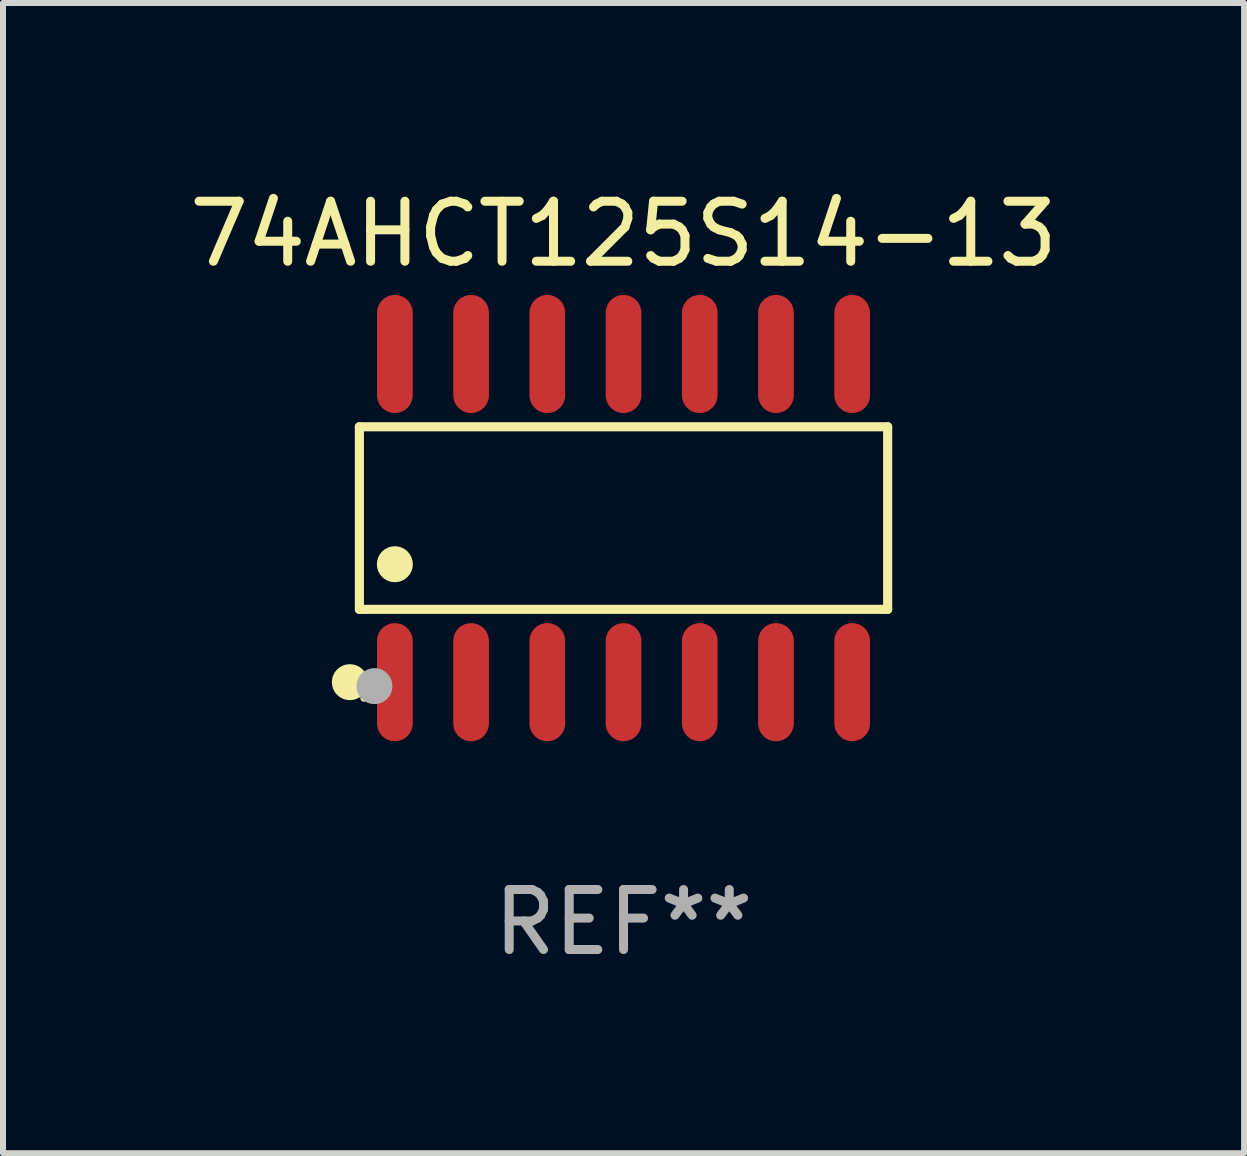
<source format=kicad_pcb>
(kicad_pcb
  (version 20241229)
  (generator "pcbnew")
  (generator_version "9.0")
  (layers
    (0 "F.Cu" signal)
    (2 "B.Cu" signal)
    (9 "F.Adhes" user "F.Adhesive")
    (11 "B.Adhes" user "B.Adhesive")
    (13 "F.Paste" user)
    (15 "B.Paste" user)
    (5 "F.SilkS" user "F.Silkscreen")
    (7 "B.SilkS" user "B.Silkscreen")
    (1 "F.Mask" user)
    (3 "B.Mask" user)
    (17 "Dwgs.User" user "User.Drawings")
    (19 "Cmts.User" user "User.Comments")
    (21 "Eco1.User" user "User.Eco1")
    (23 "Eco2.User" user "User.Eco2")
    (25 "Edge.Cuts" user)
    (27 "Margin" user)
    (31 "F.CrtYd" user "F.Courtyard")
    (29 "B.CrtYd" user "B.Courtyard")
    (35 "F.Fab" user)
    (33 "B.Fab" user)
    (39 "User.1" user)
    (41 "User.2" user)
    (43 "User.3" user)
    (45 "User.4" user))
  (footprint "74AHCT125S14-13"
    (layer "F.Cu")
    (at 7.339 5.582)
    (property "Reference" "74AHCT125S14-13" (at 0 -4.734 0) (layer "F.SilkS") (effects (font (size 1 1) (thickness 0.15))))
    (attr through_hole)
    (fp_line (start -4.401 -1.521) (end 4.401 -1.521) (stroke (width 0.152) (type solid)) (layer "F.SilkS"))
    (fp_line (start -4.401 1.521) (end -4.401 -1.521) (stroke (width 0.152) (type solid)) (layer "F.SilkS"))
    (fp_line (start 4.401 -1.521) (end 4.401 1.521) (stroke (width 0.152) (type solid)) (layer "F.SilkS"))
    (fp_line (start 4.401 1.521) (end -4.401 1.521) (stroke (width 0.152) (type solid)) (layer "F.SilkS"))
    (fp_circle (center -4.56 2.734) (end -4.41 2.734) (stroke (width 0.3) (type solid)) (fill no) (layer "F.SilkS"))
    (fp_circle (center -4.325 3) (end -4.295 3) (stroke (width 0.06) (type solid)) (fill no) (layer "F.SilkS"))
    (fp_circle (center -3.81 0.769) (end -3.66 0.769) (stroke (width 0.3) (type solid)) (fill no) (layer "F.SilkS"))
    (fp_circle (center -4.15 2.8) (end -4 2.8) (stroke (width 0.3) (type solid)) (fill no) (layer "F.Fab"))
    (fp_text user "REF**" (at 0 6.734 0) (layer "F.Fab") (effects (font (size 1 1) (thickness 0.15))))
    (pad "1" smd oval (at -3.81 2.734) (size 0.595 1.968) (layers "F.Cu" "F.Mask" "F.Paste"))
    (pad "2" smd oval (at -2.54 2.734) (size 0.595 1.968) (layers "F.Cu" "F.Mask" "F.Paste"))
    (pad "3" smd oval (at -1.27 2.734) (size 0.595 1.968) (layers "F.Cu" "F.Mask" "F.Paste"))
    (pad "4" smd oval (at 0 2.734) (size 0.595 1.968) (layers "F.Cu" "F.Mask" "F.Paste"))
    (pad "5" smd oval (at 1.27 2.734) (size 0.595 1.968) (layers "F.Cu" "F.Mask" "F.Paste"))
    (pad "6" smd oval (at 2.54 2.734) (size 0.595 1.968) (layers "F.Cu" "F.Mask" "F.Paste"))
    (pad "7" smd oval (at 3.81 2.734) (size 0.595 1.968) (layers "F.Cu" "F.Mask" "F.Paste"))
    (pad "8" smd oval (at 3.81 -2.734) (size 0.595 1.968) (layers "F.Cu" "F.Mask" "F.Paste"))
    (pad "9" smd oval (at 2.54 -2.734) (size 0.595 1.968) (layers "F.Cu" "F.Mask" "F.Paste"))
    (pad "10" smd oval (at 1.27 -2.734) (size 0.595 1.968) (layers "F.Cu" "F.Mask" "F.Paste"))
    (pad "11" smd oval (at 0 -2.734) (size 0.595 1.968) (layers "F.Cu" "F.Mask" "F.Paste"))
    (pad "12" smd oval (at -1.27 -2.734) (size 0.595 1.968) (layers "F.Cu" "F.Mask" "F.Paste"))
    (pad "13" smd oval (at -2.54 -2.734) (size 0.595 1.968) (layers "F.Cu" "F.Mask" "F.Paste"))
    (pad "14" smd oval (at -3.81 -2.734) (size 0.595 1.968) (layers "F.Cu" "F.Mask" "F.Paste")))
  (gr_rect
    (start -3 -3)
    (end 17.679 16.164)
    (stroke (width 0.1) (type default))
    (fill no)
    (layer "Edge.Cuts")))
</source>
